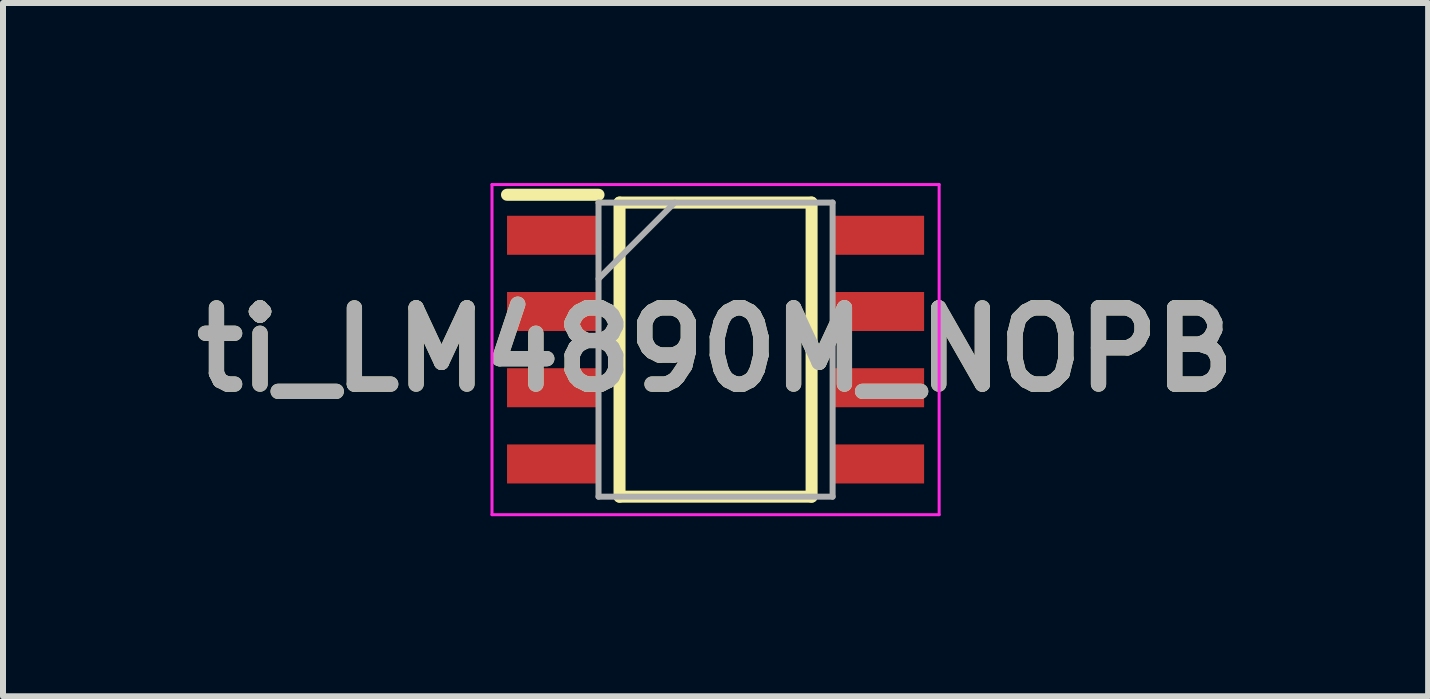
<source format=kicad_pcb>
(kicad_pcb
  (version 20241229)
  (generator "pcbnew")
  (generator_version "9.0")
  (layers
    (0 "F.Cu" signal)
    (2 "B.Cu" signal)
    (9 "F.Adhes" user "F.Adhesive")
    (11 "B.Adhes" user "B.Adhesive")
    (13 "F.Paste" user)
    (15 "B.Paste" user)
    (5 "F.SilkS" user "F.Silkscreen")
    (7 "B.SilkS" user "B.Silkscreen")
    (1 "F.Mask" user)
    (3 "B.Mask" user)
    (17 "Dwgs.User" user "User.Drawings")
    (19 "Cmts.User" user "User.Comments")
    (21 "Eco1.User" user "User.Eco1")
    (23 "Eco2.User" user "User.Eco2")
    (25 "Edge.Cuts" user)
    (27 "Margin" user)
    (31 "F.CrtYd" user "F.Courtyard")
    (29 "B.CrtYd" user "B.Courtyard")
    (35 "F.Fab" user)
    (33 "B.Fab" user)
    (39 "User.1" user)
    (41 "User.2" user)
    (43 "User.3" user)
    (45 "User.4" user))
  (footprint "ti_LM4890M_NOPB"
    (layer "F.Cu")
    (at 8.872 2.775)
    (property "Reference" "ti_LM4890M_NOPB" (at 0 0 0) (layer "F.SilkS") (effects (font (size 1.27 1.27) (thickness 0.254))))
    (attr smd)
    (fp_line (start -3.475 -2.58) (end -1.95 -2.58) (stroke (width 0.2) (type solid)) (layer "F.SilkS"))
    (fp_line (start -1.6 -2.45) (end 1.6 -2.45) (stroke (width 0.2) (type solid)) (layer "F.SilkS"))
    (fp_line (start -1.6 2.45) (end -1.6 -2.45) (stroke (width 0.2) (type solid)) (layer "F.SilkS"))
    (fp_line (start 1.6 -2.45) (end 1.6 2.45) (stroke (width 0.2) (type solid)) (layer "F.SilkS"))
    (fp_line (start 1.6 2.45) (end -1.6 2.45) (stroke (width 0.2) (type solid)) (layer "F.SilkS"))
    (fp_line (start -3.725 -2.75) (end 3.725 -2.75) (stroke (width 0.05) (type solid)) (layer "F.CrtYd"))
    (fp_line (start -3.725 2.75) (end -3.725 -2.75) (stroke (width 0.05) (type solid)) (layer "F.CrtYd"))
    (fp_line (start 3.725 -2.75) (end 3.725 2.75) (stroke (width 0.05) (type solid)) (layer "F.CrtYd"))
    (fp_line (start 3.725 2.75) (end -3.725 2.75) (stroke (width 0.05) (type solid)) (layer "F.CrtYd"))
    (fp_line (start -1.95 -2.45) (end 1.95 -2.45) (stroke (width 0.1) (type solid)) (layer "F.Fab"))
    (fp_line (start -1.95 -1.18) (end -0.68 -2.45) (stroke (width 0.1) (type solid)) (layer "F.Fab"))
    (fp_line (start -1.95 2.45) (end -1.95 -2.45) (stroke (width 0.1) (type solid)) (layer "F.Fab"))
    (fp_line (start 1.95 -2.45) (end 1.95 2.45) (stroke (width 0.1) (type solid)) (layer "F.Fab"))
    (fp_line (start 1.95 2.45) (end -1.95 2.45) (stroke (width 0.1) (type solid)) (layer "F.Fab"))
    (fp_text user "${REFERENCE}" (at 0 0 0) (layer "F.Fab") (effects (font (size 1.27 1.27) (thickness 0.254))))
    (pad "1" smd rect (at -2.712 -1.905 90) (size 0.65 1.525) (layers "F.Cu" "F.Mask" "F.Paste"))
    (pad "2" smd rect (at -2.712 -0.635 90) (size 0.65 1.525) (layers "F.Cu" "F.Mask" "F.Paste"))
    (pad "3" smd rect (at -2.712 0.635 90) (size 0.65 1.525) (layers "F.Cu" "F.Mask" "F.Paste"))
    (pad "4" smd rect (at -2.712 1.905 90) (size 0.65 1.525) (layers "F.Cu" "F.Mask" "F.Paste"))
    (pad "5" smd rect (at 2.712 1.905 90) (size 0.65 1.525) (layers "F.Cu" "F.Mask" "F.Paste"))
    (pad "6" smd rect (at 2.712 0.635 90) (size 0.65 1.525) (layers "F.Cu" "F.Mask" "F.Paste"))
    (pad "7" smd rect (at 2.712 -0.635 90) (size 0.65 1.525) (layers "F.Cu" "F.Mask" "F.Paste"))
    (pad "8" smd rect (at 2.712 -1.905 90) (size 0.65 1.525) (layers "F.Cu" "F.Mask" "F.Paste")))
  (gr_rect
    (start -3 -3)
    (end 20.744 8.55)
    (stroke (width 0.1) (type default))
    (fill no)
    (layer "Edge.Cuts")))
</source>
